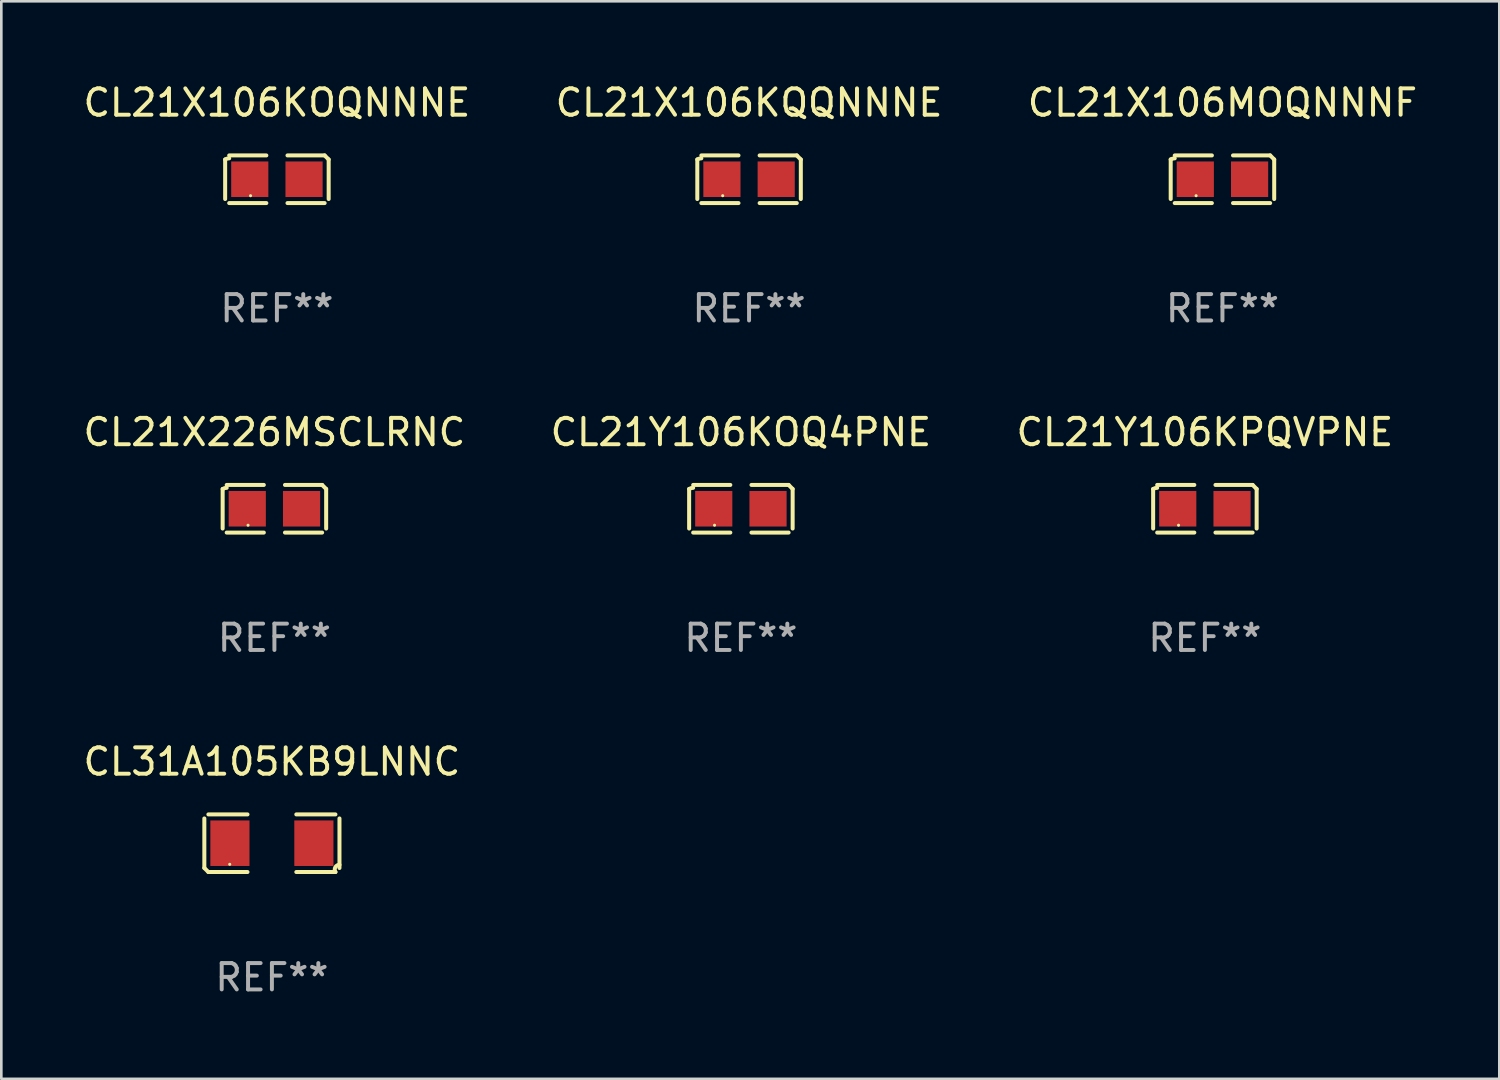
<source format=kicad_pcb>
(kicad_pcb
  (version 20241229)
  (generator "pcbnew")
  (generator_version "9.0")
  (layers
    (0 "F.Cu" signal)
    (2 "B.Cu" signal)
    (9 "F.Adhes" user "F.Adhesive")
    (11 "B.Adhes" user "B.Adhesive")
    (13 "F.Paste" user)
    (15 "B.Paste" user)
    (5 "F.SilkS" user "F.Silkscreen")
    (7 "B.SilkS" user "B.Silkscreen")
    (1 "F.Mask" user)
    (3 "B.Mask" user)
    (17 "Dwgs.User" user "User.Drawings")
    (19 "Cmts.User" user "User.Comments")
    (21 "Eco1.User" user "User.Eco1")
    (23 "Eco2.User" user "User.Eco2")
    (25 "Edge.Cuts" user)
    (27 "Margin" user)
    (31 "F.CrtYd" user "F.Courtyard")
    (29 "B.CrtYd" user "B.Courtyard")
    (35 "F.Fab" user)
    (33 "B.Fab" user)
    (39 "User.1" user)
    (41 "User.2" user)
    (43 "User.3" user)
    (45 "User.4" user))
  (footprint "CL21X226MSCLRNC"
    (layer "F.Cu")
    (at 7.363 16.256)
    (property "Reference" "CL21X226MSCLRNC" (at 0 -2.904 0) (layer "F.SilkS") (effects (font (size 1 1) (thickness 0.15))))
    (attr through_hole)
    (fp_line (start -1.964 0.751) (end -1.964 -0.751) (stroke (width 0.152) (type solid)) (layer "F.SilkS"))
    (fp_line (start -1.811 -0.904) (end -0.401 -0.904) (stroke (width 0.152) (type solid)) (layer "F.SilkS"))
    (fp_line (start -0.401 0.904) (end -1.811 0.904) (stroke (width 0.152) (type solid)) (layer "F.SilkS"))
    (fp_line (start 0.401 0.904) (end 1.811 0.904) (stroke (width 0.152) (type solid)) (layer "F.SilkS"))
    (fp_line (start 1.811 -0.904) (end 0.401 -0.904) (stroke (width 0.152) (type solid)) (layer "F.SilkS"))
    (fp_line (start 1.964 0.751) (end 1.964 -0.751) (stroke (width 0.152) (type solid)) (layer "F.SilkS"))
    (fp_arc (start -1.963602 -0.751207) (mid -1.890354 -0.783131) (end -1.811201 -0.794044) (stroke (width 0.1524) (type solid)) (layer "F.SilkS"))
    (fp_arc (start 1.811202 -0.903607) (mid 1.887413 -0.827418) (end 1.963602 -0.751207) (stroke (width 0.1524) (type solid)) (layer "F.SilkS"))
    (fp_circle (center -1 0.625) (end -0.97 0.625) (stroke (width 0.06) (type solid)) (fill no) (layer "F.SilkS"))
    (fp_text user "REF**" (at 0 4.904 0) (layer "F.Fab") (effects (font (size 1 1) (thickness 0.15))))
    (pad "1" smd rect (at -1.03 0) (size 1.41 1.35) (layers "F.Cu" "F.Mask" "F.Paste"))
    (pad "2" smd rect (at 1.03 0) (size 1.41 1.35) (layers "F.Cu" "F.Mask" "F.Paste")))
  (footprint "CL31A105KB9LNNC"
    (layer "F.Cu")
    (at 7.268 28.948)
    (property "Reference" "CL31A105KB9LNNC" (at 0 -3.093 0) (layer "F.SilkS") (effects (font (size 1 1) (thickness 0.15))))
    (attr through_hole)
    (fp_line (start -2.564 0.94) (end -2.564 -0.94) (stroke (width 0.152) (type solid)) (layer "F.SilkS"))
    (fp_line (start -2.411 -1.093) (end -0.926 -1.093) (stroke (width 0.152) (type solid)) (layer "F.SilkS"))
    (fp_line (start -0.926 1.093) (end -2.411 1.093) (stroke (width 0.152) (type solid)) (layer "F.SilkS"))
    (fp_line (start 0.926 1.093) (end 2.411 1.093) (stroke (width 0.152) (type solid)) (layer "F.SilkS"))
    (fp_line (start 2.411 -1.093) (end 0.926 -1.093) (stroke (width 0.152) (type solid)) (layer "F.SilkS"))
    (fp_line (start 2.564 0.94) (end 2.564 -0.94) (stroke (width 0.152) (type solid)) (layer "F.SilkS"))
    (fp_arc (start -2.411201 1.092609) (mid -2.487413 1.01642) (end -2.563602 0.940208) (stroke (width 0.1524) (type solid)) (layer "F.SilkS"))
    (fp_arc (start 2.411201 1.092609) (mid 2.407159 0.911226) (end 2.563602 0.819347) (stroke (width 0.1524) (type solid)) (layer "F.SilkS"))
    (fp_circle (center -1.6 0.8) (end -1.57 0.8) (stroke (width 0.06) (type solid)) (fill no) (layer "F.SilkS"))
    (fp_text user "REF**" (at 0 5.093 0) (layer "F.Fab") (effects (font (size 1 1) (thickness 0.15))))
    (pad "1" smd rect (at -1.593 0) (size 1.485 1.728) (layers "F.Cu" "F.Mask" "F.Paste"))
    (pad "2" smd rect (at 1.593 0) (size 1.485 1.728) (layers "F.Cu" "F.Mask" "F.Paste")))
  (footprint "CL21X106KOQNNNE"
    (layer "F.Cu")
    (at 7.458 3.752)
    (property "Reference" "CL21X106KOQNNNE" (at 0 -2.904 0) (layer "F.SilkS") (effects (font (size 1 1) (thickness 0.15))))
    (attr through_hole)
    (fp_line (start -1.964 0.751) (end -1.964 -0.751) (stroke (width 0.152) (type solid)) (layer "F.SilkS"))
    (fp_line (start -1.811 -0.904) (end -0.401 -0.904) (stroke (width 0.152) (type solid)) (layer "F.SilkS"))
    (fp_line (start -0.401 0.904) (end -1.811 0.904) (stroke (width 0.152) (type solid)) (layer "F.SilkS"))
    (fp_line (start 0.401 0.904) (end 1.811 0.904) (stroke (width 0.152) (type solid)) (layer "F.SilkS"))
    (fp_line (start 1.811 -0.904) (end 0.401 -0.904) (stroke (width 0.152) (type solid)) (layer "F.SilkS"))
    (fp_line (start 1.964 0.751) (end 1.964 -0.751) (stroke (width 0.152) (type solid)) (layer "F.SilkS"))
    (fp_arc (start -1.963602 -0.751207) (mid -1.890354 -0.783131) (end -1.811201 -0.794044) (stroke (width 0.1524) (type solid)) (layer "F.SilkS"))
    (fp_arc (start 1.811202 -0.903607) (mid 1.887413 -0.827418) (end 1.963602 -0.751207) (stroke (width 0.1524) (type solid)) (layer "F.SilkS"))
    (fp_circle (center -1 0.625) (end -0.97 0.625) (stroke (width 0.06) (type solid)) (fill no) (layer "F.SilkS"))
    (fp_text user "REF**" (at 0 4.904 0) (layer "F.Fab") (effects (font (size 1 1) (thickness 0.15))))
    (pad "1" smd rect (at -1.03 0) (size 1.41 1.35) (layers "F.Cu" "F.Mask" "F.Paste"))
    (pad "2" smd rect (at 1.03 0) (size 1.41 1.35) (layers "F.Cu" "F.Mask" "F.Paste")))
  (footprint "CL21Y106KPQVPNE"
    (layer "F.Cu")
    (at 42.673 16.256)
    (property "Reference" "CL21Y106KPQVPNE" (at 0 -2.904 0) (layer "F.SilkS") (effects (font (size 1 1) (thickness 0.15))))
    (attr through_hole)
    (fp_line (start -1.964 0.751) (end -1.964 -0.751) (stroke (width 0.152) (type solid)) (layer "F.SilkS"))
    (fp_line (start -1.811 -0.904) (end -0.401 -0.904) (stroke (width 0.152) (type solid)) (layer "F.SilkS"))
    (fp_line (start -0.401 0.904) (end -1.811 0.904) (stroke (width 0.152) (type solid)) (layer "F.SilkS"))
    (fp_line (start 0.401 0.904) (end 1.811 0.904) (stroke (width 0.152) (type solid)) (layer "F.SilkS"))
    (fp_line (start 1.811 -0.904) (end 0.401 -0.904) (stroke (width 0.152) (type solid)) (layer "F.SilkS"))
    (fp_line (start 1.964 0.751) (end 1.964 -0.751) (stroke (width 0.152) (type solid)) (layer "F.SilkS"))
    (fp_arc (start -1.963602 -0.751207) (mid -1.890354 -0.783131) (end -1.811201 -0.794044) (stroke (width 0.1524) (type solid)) (layer "F.SilkS"))
    (fp_arc (start 1.811202 -0.903607) (mid 1.887413 -0.827418) (end 1.963602 -0.751207) (stroke (width 0.1524) (type solid)) (layer "F.SilkS"))
    (fp_circle (center -1 0.625) (end -0.97 0.625) (stroke (width 0.06) (type solid)) (fill no) (layer "F.SilkS"))
    (fp_text user "REF**" (at 0 4.904 0) (layer "F.Fab") (effects (font (size 1 1) (thickness 0.15))))
    (pad "1" smd rect (at -1.03 0) (size 1.41 1.35) (layers "F.Cu" "F.Mask" "F.Paste"))
    (pad "2" smd rect (at 1.03 0) (size 1.41 1.35) (layers "F.Cu" "F.Mask" "F.Paste")))
  (footprint "CL21Y106KOQ4PNE"
    (layer "F.Cu")
    (at 25.065 16.256)
    (property "Reference" "CL21Y106KOQ4PNE" (at 0 -2.904 0) (layer "F.SilkS") (effects (font (size 1 1) (thickness 0.15))))
    (attr through_hole)
    (fp_line (start -1.964 0.751) (end -1.964 -0.751) (stroke (width 0.152) (type solid)) (layer "F.SilkS"))
    (fp_line (start -1.811 -0.904) (end -0.401 -0.904) (stroke (width 0.152) (type solid)) (layer "F.SilkS"))
    (fp_line (start -0.401 0.904) (end -1.811 0.904) (stroke (width 0.152) (type solid)) (layer "F.SilkS"))
    (fp_line (start 0.401 0.904) (end 1.811 0.904) (stroke (width 0.152) (type solid)) (layer "F.SilkS"))
    (fp_line (start 1.811 -0.904) (end 0.401 -0.904) (stroke (width 0.152) (type solid)) (layer "F.SilkS"))
    (fp_line (start 1.964 0.751) (end 1.964 -0.751) (stroke (width 0.152) (type solid)) (layer "F.SilkS"))
    (fp_arc (start -1.963602 -0.751207) (mid -1.890354 -0.783131) (end -1.811201 -0.794044) (stroke (width 0.1524) (type solid)) (layer "F.SilkS"))
    (fp_arc (start 1.811202 -0.903607) (mid 1.887413 -0.827418) (end 1.963602 -0.751207) (stroke (width 0.1524) (type solid)) (layer "F.SilkS"))
    (fp_circle (center -1 0.625) (end -0.97 0.625) (stroke (width 0.06) (type solid)) (fill no) (layer "F.SilkS"))
    (fp_text user "REF**" (at 0 4.904 0) (layer "F.Fab") (effects (font (size 1 1) (thickness 0.15))))
    (pad "1" smd rect (at -1.03 0) (size 1.41 1.35) (layers "F.Cu" "F.Mask" "F.Paste"))
    (pad "2" smd rect (at 1.03 0) (size 1.41 1.35) (layers "F.Cu" "F.Mask" "F.Paste")))
  (footprint "CL21X106KQQNNNE"
    (layer "F.Cu")
    (at 25.375 3.752)
    (property "Reference" "CL21X106KQQNNNE" (at 0 -2.904 0) (layer "F.SilkS") (effects (font (size 1 1) (thickness 0.15))))
    (attr through_hole)
    (fp_line (start -1.964 0.751) (end -1.964 -0.751) (stroke (width 0.152) (type solid)) (layer "F.SilkS"))
    (fp_line (start -1.811 -0.904) (end -0.401 -0.904) (stroke (width 0.152) (type solid)) (layer "F.SilkS"))
    (fp_line (start -0.401 0.904) (end -1.811 0.904) (stroke (width 0.152) (type solid)) (layer "F.SilkS"))
    (fp_line (start 0.401 0.904) (end 1.811 0.904) (stroke (width 0.152) (type solid)) (layer "F.SilkS"))
    (fp_line (start 1.811 -0.904) (end 0.401 -0.904) (stroke (width 0.152) (type solid)) (layer "F.SilkS"))
    (fp_line (start 1.964 0.751) (end 1.964 -0.751) (stroke (width 0.152) (type solid)) (layer "F.SilkS"))
    (fp_arc (start -1.963602 -0.751207) (mid -1.890354 -0.783131) (end -1.811201 -0.794044) (stroke (width 0.1524) (type solid)) (layer "F.SilkS"))
    (fp_arc (start 1.811202 -0.903607) (mid 1.887413 -0.827418) (end 1.963602 -0.751207) (stroke (width 0.1524) (type solid)) (layer "F.SilkS"))
    (fp_circle (center -1 0.625) (end -0.97 0.625) (stroke (width 0.06) (type solid)) (fill no) (layer "F.SilkS"))
    (fp_text user "REF**" (at 0 4.904 0) (layer "F.Fab") (effects (font (size 1 1) (thickness 0.15))))
    (pad "1" smd rect (at -1.03 0) (size 1.41 1.35) (layers "F.Cu" "F.Mask" "F.Paste"))
    (pad "2" smd rect (at 1.03 0) (size 1.41 1.35) (layers "F.Cu" "F.Mask" "F.Paste")))
  (footprint "CL21X106MOQNNNF"
    (layer "F.Cu")
    (at 43.339 3.752)
    (property "Reference" "CL21X106MOQNNNF" (at 0 -2.904 0) (layer "F.SilkS") (effects (font (size 1 1) (thickness 0.15))))
    (attr through_hole)
    (fp_line (start -1.964 0.751) (end -1.964 -0.751) (stroke (width 0.152) (type solid)) (layer "F.SilkS"))
    (fp_line (start -1.811 -0.904) (end -0.401 -0.904) (stroke (width 0.152) (type solid)) (layer "F.SilkS"))
    (fp_line (start -0.401 0.904) (end -1.811 0.904) (stroke (width 0.152) (type solid)) (layer "F.SilkS"))
    (fp_line (start 0.401 0.904) (end 1.811 0.904) (stroke (width 0.152) (type solid)) (layer "F.SilkS"))
    (fp_line (start 1.811 -0.904) (end 0.401 -0.904) (stroke (width 0.152) (type solid)) (layer "F.SilkS"))
    (fp_line (start 1.964 0.751) (end 1.964 -0.751) (stroke (width 0.152) (type solid)) (layer "F.SilkS"))
    (fp_arc (start -1.963602 -0.751207) (mid -1.890354 -0.783131) (end -1.811201 -0.794044) (stroke (width 0.1524) (type solid)) (layer "F.SilkS"))
    (fp_arc (start 1.811202 -0.903607) (mid 1.887413 -0.827418) (end 1.963602 -0.751207) (stroke (width 0.1524) (type solid)) (layer "F.SilkS"))
    (fp_circle (center -1 0.625) (end -0.97 0.625) (stroke (width 0.06) (type solid)) (fill no) (layer "F.SilkS"))
    (fp_text user "REF**" (at 0 4.904 0) (layer "F.Fab") (effects (font (size 1 1) (thickness 0.15))))
    (pad "1" smd rect (at -1.03 0) (size 1.41 1.35) (layers "F.Cu" "F.Mask" "F.Paste"))
    (pad "2" smd rect (at 1.03 0) (size 1.41 1.35) (layers "F.Cu" "F.Mask" "F.Paste")))
  (gr_rect
    (start -3 -3)
    (end 53.845 37.889)
    (stroke (width 0.1) (type default))
    (fill no)
    (layer "Edge.Cuts")))
</source>
